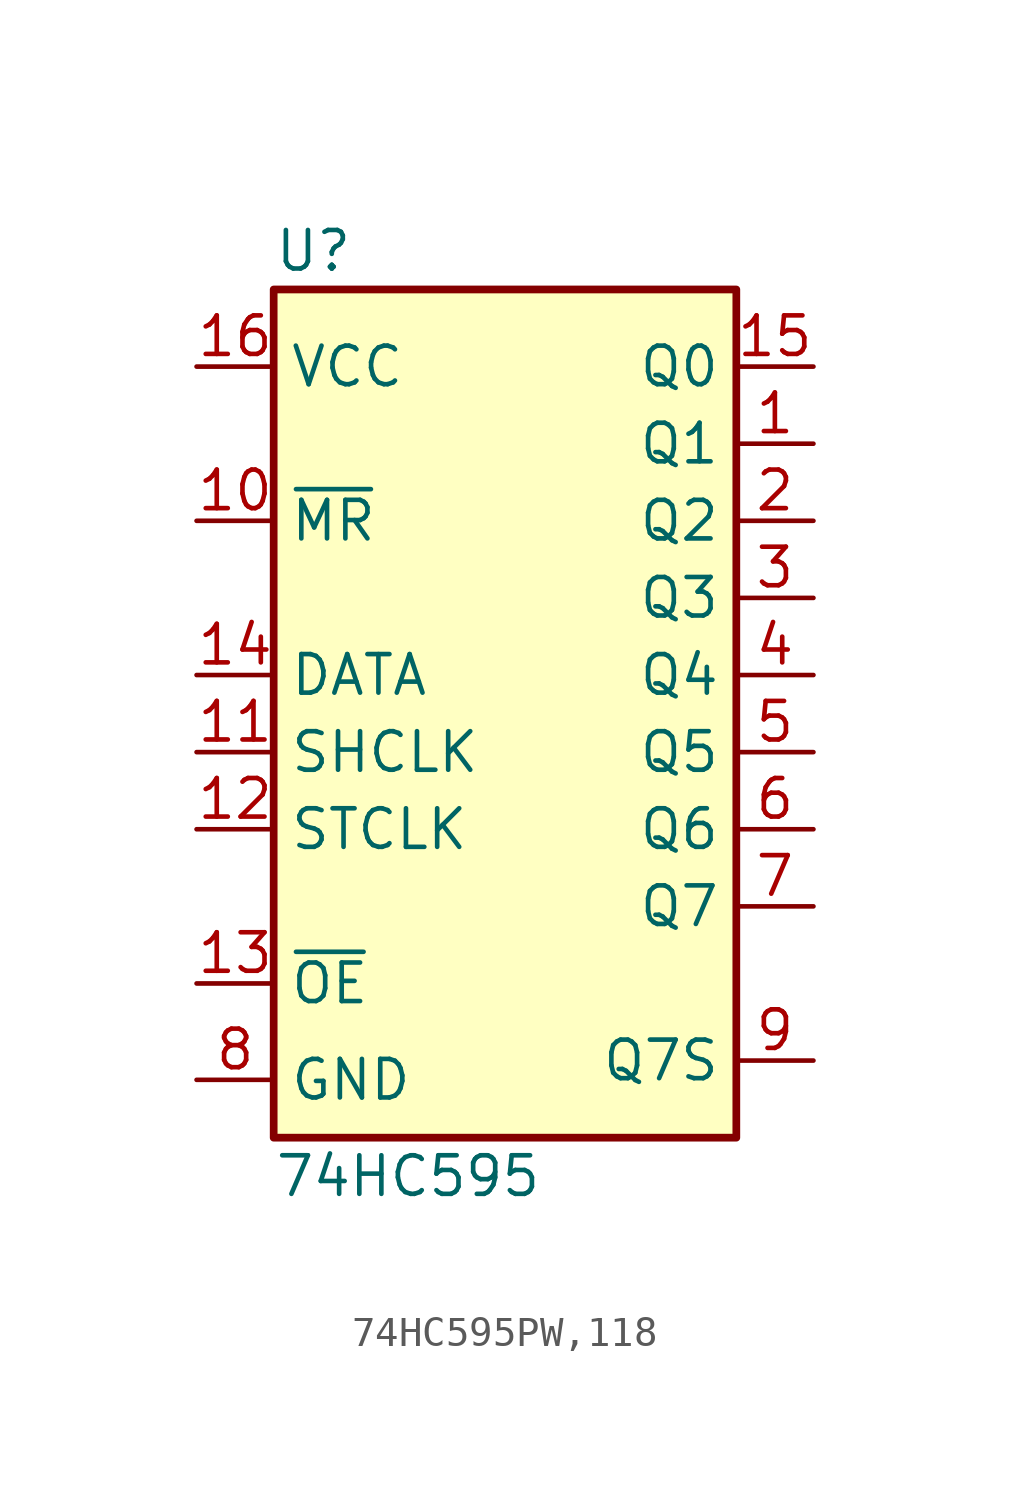
<source format=kicad_sym>
(kicad_symbol_lib
  (version 20220914)
  (generator kicad_symbol_editor)
  (symbol "74HC595PW,118"
    (property "Reference" "U"
      (at 0 1.27 0)
      (effects (font (size 1.27 1.27)) (justify left)))
    (property "Value" "74HC595"
      (at 0 -29.21 0)
      (effects (font (size 1.27 1.27)) (justify left)))
    (symbol "74HC595PW,118_1_0"
      (pin tri_state line (at 17.78 -5.08 180) (length 2.54) (name "Q1" (effects (font (size 1.27 1.27)))) (number "1" (effects (font (size 1.27 1.27)))))
      (pin input line (at -2.54 -7.62 0) (length 2.54) (name "~{MR}" (effects (font (size 1.27 1.27)))) (number "10" (effects (font (size 1.27 1.27)))))
      (pin input line (at -2.54 -15.24 0) (length 2.54) (name "SHCLK" (effects (font (size 1.27 1.27)))) (number "11" (effects (font (size 1.27 1.27)))))
      (pin input line (at -2.54 -17.78 0) (length 2.54) (name "STCLK" (effects (font (size 1.27 1.27)))) (number "12" (effects (font (size 1.27 1.27)))))
      (pin input line (at -2.54 -22.86 0) (length 2.54) (name "~{OE}" (effects (font (size 1.27 1.27)))) (number "13" (effects (font (size 1.27 1.27)))))
      (pin input line (at -2.54 -12.7 0) (length 2.54) (name "DATA" (effects (font (size 1.27 1.27)))) (number "14" (effects (font (size 1.27 1.27)))))
      (pin tri_state line (at 17.78 -2.54 180) (length 2.54) (name "Q0" (effects (font (size 1.27 1.27)))) (number "15" (effects (font (size 1.27 1.27)))))
      (pin power_in line (at -2.54 -2.54 0) (length 2.54) (name "VCC" (effects (font (size 1.27 1.27)))) (number "16" (effects (font (size 1.27 1.27)))))
      (pin tri_state line (at 17.78 -7.62 180) (length 2.54) (name "Q2" (effects (font (size 1.27 1.27)))) (number "2" (effects (font (size 1.27 1.27)))))
      (pin tri_state line (at 17.78 -10.16 180) (length 2.54) (name "Q3" (effects (font (size 1.27 1.27)))) (number "3" (effects (font (size 1.27 1.27)))))
      (pin tri_state line (at 17.78 -12.7 180) (length 2.54) (name "Q4" (effects (font (size 1.27 1.27)))) (number "4" (effects (font (size 1.27 1.27)))))
      (pin tri_state line (at 17.78 -15.24 180) (length 2.54) (name "Q5" (effects (font (size 1.27 1.27)))) (number "5" (effects (font (size 1.27 1.27)))))
      (pin tri_state line (at 17.78 -17.78 180) (length 2.54) (name "Q6" (effects (font (size 1.27 1.27)))) (number "6" (effects (font (size 1.27 1.27)))))
      (pin tri_state line (at 17.78 -20.32 180) (length 2.54) (name "Q7" (effects (font (size 1.27 1.27)))) (number "7" (effects (font (size 1.27 1.27)))))
      (pin power_in line (at -2.54 -26.035 0) (length 2.54) (name "GND" (effects (font (size 1.27 1.27)))) (number "8" (effects (font (size 1.27 1.27)))))
      (pin output line (at 17.78 -25.4 180) (length 2.54) (name "Q7S" (effects (font (size 1.27 1.27)))) (number "9" (effects (font (size 1.27 1.27))))))
    (symbol "74HC595PW,118_1_1"
      (rectangle (start 0 0) (end 15.24 -27.94) (stroke (width 0.254) (type default)) (fill (type background))))))
</source>
